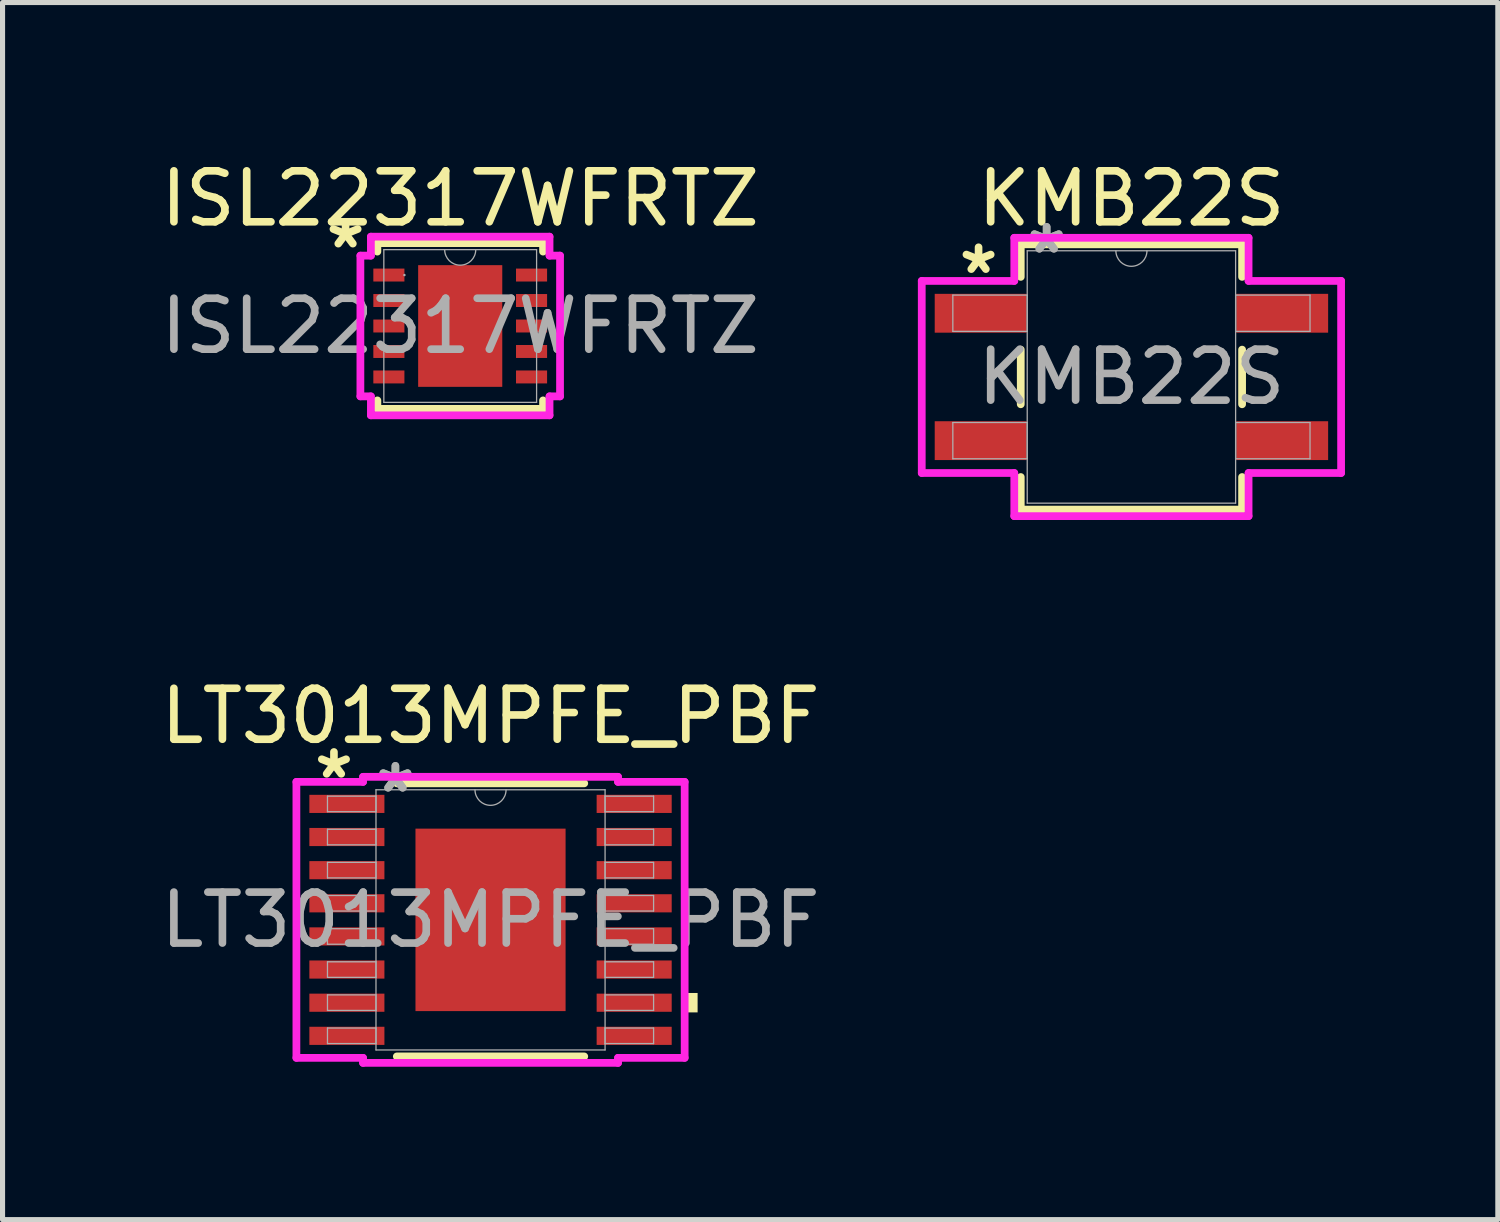
<source format=kicad_pcb>
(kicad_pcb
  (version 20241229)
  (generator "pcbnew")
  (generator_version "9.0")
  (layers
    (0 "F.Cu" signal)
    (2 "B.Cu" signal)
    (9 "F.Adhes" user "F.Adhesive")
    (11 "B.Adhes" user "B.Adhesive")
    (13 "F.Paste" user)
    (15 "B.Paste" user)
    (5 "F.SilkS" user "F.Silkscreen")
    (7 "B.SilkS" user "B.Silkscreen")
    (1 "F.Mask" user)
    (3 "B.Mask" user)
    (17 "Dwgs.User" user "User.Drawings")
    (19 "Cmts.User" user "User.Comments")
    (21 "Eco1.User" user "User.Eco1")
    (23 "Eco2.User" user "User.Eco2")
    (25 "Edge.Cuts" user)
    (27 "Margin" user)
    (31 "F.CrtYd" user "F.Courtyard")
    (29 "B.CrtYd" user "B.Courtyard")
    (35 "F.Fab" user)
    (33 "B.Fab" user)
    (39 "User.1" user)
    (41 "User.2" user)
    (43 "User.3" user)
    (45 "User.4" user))
  (footprint "KMB22S"
    (layer "F.Cu")
    (at 19.155 4.348)
    (property "Reference" "KMB22S" (at 0 -3.5 0) (unlocked yes) (layer "F.SilkS") (effects (font (size 1 1) (thickness 0.15))))
    (attr smd)
    (fp_line (start -2.172 -2.603) (end -2.172 -1.964) (stroke (width 0.152) (type solid)) (layer "F.SilkS"))
    (fp_line (start -2.172 -0.536) (end -2.172 0.536) (stroke (width 0.152) (type solid)) (layer "F.SilkS"))
    (fp_line (start -2.172 1.964) (end -2.172 2.603) (stroke (width 0.152) (type solid)) (layer "F.SilkS"))
    (fp_line (start -2.172 2.603) (end 2.172 2.603) (stroke (width 0.152) (type solid)) (layer "F.SilkS"))
    (fp_line (start 2.172 -2.603) (end -2.172 -2.603) (stroke (width 0.152) (type solid)) (layer "F.SilkS"))
    (fp_line (start 2.172 -1.964) (end 2.172 -2.603) (stroke (width 0.152) (type solid)) (layer "F.SilkS"))
    (fp_line (start 2.172 0.536) (end 2.172 -0.536) (stroke (width 0.152) (type solid)) (layer "F.SilkS"))
    (fp_line (start 2.172 2.603) (end 2.172 1.964) (stroke (width 0.152) (type solid)) (layer "F.SilkS"))
    (fp_line (start -4.115 -1.885) (end -2.299 -1.885) (stroke (width 0.152) (type solid)) (layer "F.CrtYd"))
    (fp_line (start -4.115 1.885) (end -4.115 -1.885) (stroke (width 0.152) (type solid)) (layer "F.CrtYd"))
    (fp_line (start -4.115 1.885) (end -2.299 1.885) (stroke (width 0.152) (type solid)) (layer "F.CrtYd"))
    (fp_line (start -2.299 -2.731) (end 2.299 -2.731) (stroke (width 0.152) (type solid)) (layer "F.CrtYd"))
    (fp_line (start -2.299 -1.885) (end -2.299 -2.731) (stroke (width 0.152) (type solid)) (layer "F.CrtYd"))
    (fp_line (start -2.299 2.731) (end -2.299 1.885) (stroke (width 0.152) (type solid)) (layer "F.CrtYd"))
    (fp_line (start 2.299 -2.731) (end 2.299 -1.885) (stroke (width 0.152) (type solid)) (layer "F.CrtYd"))
    (fp_line (start 2.299 1.885) (end 2.299 2.731) (stroke (width 0.152) (type solid)) (layer "F.CrtYd"))
    (fp_line (start 2.299 2.731) (end -2.299 2.731) (stroke (width 0.152) (type solid)) (layer "F.CrtYd"))
    (fp_line (start 4.115 -1.885) (end 2.299 -1.885) (stroke (width 0.152) (type solid)) (layer "F.CrtYd"))
    (fp_line (start 4.115 -1.885) (end 4.115 1.885) (stroke (width 0.152) (type solid)) (layer "F.CrtYd"))
    (fp_line (start 4.115 1.885) (end 2.299 1.885) (stroke (width 0.152) (type solid)) (layer "F.CrtYd"))
    (fp_line (start -3.505 -1.606) (end -3.505 -0.894) (stroke (width 0.025) (type solid)) (layer "F.Fab"))
    (fp_line (start -3.505 -0.894) (end -2.045 -0.894) (stroke (width 0.025) (type solid)) (layer "F.Fab"))
    (fp_line (start -3.505 0.894) (end -3.505 1.606) (stroke (width 0.025) (type solid)) (layer "F.Fab"))
    (fp_line (start -3.505 1.606) (end -2.045 1.606) (stroke (width 0.025) (type solid)) (layer "F.Fab"))
    (fp_line (start -2.045 -2.477) (end -2.045 2.477) (stroke (width 0.025) (type solid)) (layer "F.Fab"))
    (fp_line (start -2.045 -1.606) (end -3.505 -1.606) (stroke (width 0.025) (type solid)) (layer "F.Fab"))
    (fp_line (start -2.045 -0.894) (end -2.045 -1.606) (stroke (width 0.025) (type solid)) (layer "F.Fab"))
    (fp_line (start -2.045 0.894) (end -3.505 0.894) (stroke (width 0.025) (type solid)) (layer "F.Fab"))
    (fp_line (start -2.045 1.606) (end -2.045 0.894) (stroke (width 0.025) (type solid)) (layer "F.Fab"))
    (fp_line (start -2.045 2.477) (end 2.045 2.477) (stroke (width 0.025) (type solid)) (layer "F.Fab"))
    (fp_line (start 2.045 -2.477) (end -2.045 -2.477) (stroke (width 0.025) (type solid)) (layer "F.Fab"))
    (fp_line (start 2.045 -1.606) (end 2.045 -0.894) (stroke (width 0.025) (type solid)) (layer "F.Fab"))
    (fp_line (start 2.045 -0.894) (end 3.505 -0.894) (stroke (width 0.025) (type solid)) (layer "F.Fab"))
    (fp_line (start 2.045 0.894) (end 2.045 1.606) (stroke (width 0.025) (type solid)) (layer "F.Fab"))
    (fp_line (start 2.045 1.606) (end 3.505 1.606) (stroke (width 0.025) (type solid)) (layer "F.Fab"))
    (fp_line (start 2.045 2.477) (end 2.045 -2.477) (stroke (width 0.025) (type solid)) (layer "F.Fab"))
    (fp_line (start 3.505 -1.606) (end 2.045 -1.606) (stroke (width 0.025) (type solid)) (layer "F.Fab"))
    (fp_line (start 3.505 -0.894) (end 3.505 -1.606) (stroke (width 0.025) (type solid)) (layer "F.Fab"))
    (fp_line (start 3.505 0.894) (end 2.045 0.894) (stroke (width 0.025) (type solid)) (layer "F.Fab"))
    (fp_line (start 3.505 1.606) (end 3.505 0.894) (stroke (width 0.025) (type solid)) (layer "F.Fab"))
    (fp_arc (start 0.3048 -2.4765) (mid 0 -2.1717) (end -0.3048 -2.4765) (stroke (width 0.0254) (type solid)) (layer "F.Fab"))
    (fp_text user "*" (at -3 -2 0) (unlocked yes) (layer "F.SilkS") (effects (font (size 1 1) (thickness 0.15))))
    (fp_text user "${REFERENCE}" (at 0 0 0) (unlocked yes) (layer "F.Fab") (effects (font (size 1 1) (thickness 0.15))))
    (fp_text user "*" (at -1.664 -2.4 0) (layer "F.Fab") (effects (font (size 1 1) (thickness 0.15))))
    (fp_text user "*" (at -1.664 -2.4 0) (unlocked yes) (layer "F.Fab") (effects (font (size 1 1) (thickness 0.15))))
    (pad "1" smd rect (at -2.959 -1.25) (size 1.803 0.762) (layers "F.Cu" "F.Mask" "F.Paste"))
    (pad "2" smd rect (at -2.959 1.25) (size 1.803 0.762) (layers "F.Cu" "F.Mask" "F.Paste"))
    (pad "3" smd rect (at 2.959 1.25) (size 1.803 0.762) (layers "F.Cu" "F.Mask" "F.Paste"))
    (pad "4" smd rect (at 2.959 -1.25) (size 1.803 0.762) (layers "F.Cu" "F.Mask" "F.Paste")))
  (footprint "LT3013MPFE_PBF"
    (layer "F.Cu")
    (at 6.577 15.003)
    (property "Reference" "LT3013MPFE_PBF" (at 0 -4 0) (unlocked yes) (layer "F.SilkS") (effects (font (size 1 1) (thickness 0.15))))
    (attr smd)
    (fp_line (start -1.839 2.68) (end 1.839 2.68) (stroke (width 0.152) (type solid)) (layer "F.SilkS"))
    (fp_line (start 1.839 -2.68) (end -1.839 -2.68) (stroke (width 0.152) (type solid)) (layer "F.SilkS"))
    (fp_poly (pts (xy 4.064 1.435) (xy 4.064 1.816) (xy 3.81 1.816) (xy 3.81 1.435)) (stroke (width 0) (type solid)) (fill yes) (layer "F.SilkS"))
    (fp_poly (pts (xy -1.373 -1.691) (xy -1.373 -0.1) (xy -0.1 -0.1) (xy -0.1 -1.691)) (stroke (width 0) (type solid)) (fill yes) (layer "F.Paste"))
    (fp_poly (pts (xy -1.373 0.1) (xy -1.373 1.691) (xy -0.1 1.691) (xy -0.1 0.1)) (stroke (width 0) (type solid)) (fill yes) (layer "F.Paste"))
    (fp_poly (pts (xy 0.1 -1.691) (xy 0.1 -0.1) (xy 1.373 -0.1) (xy 1.373 -1.691)) (stroke (width 0) (type solid)) (fill yes) (layer "F.Paste"))
    (fp_poly (pts (xy 0.1 0.1) (xy 0.1 1.691) (xy 1.373 1.691) (xy 1.373 0.1)) (stroke (width 0) (type solid)) (fill yes) (layer "F.Paste"))
    (fp_line (start -3.81 -2.708) (end -2.502 -2.708) (stroke (width 0.152) (type solid)) (layer "F.CrtYd"))
    (fp_line (start -3.81 2.708) (end -3.81 -2.708) (stroke (width 0.152) (type solid)) (layer "F.CrtYd"))
    (fp_line (start -3.81 2.708) (end -2.502 2.708) (stroke (width 0.152) (type solid)) (layer "F.CrtYd"))
    (fp_line (start -2.502 -2.807) (end 2.502 -2.807) (stroke (width 0.152) (type solid)) (layer "F.CrtYd"))
    (fp_line (start -2.502 -2.708) (end -2.502 -2.807) (stroke (width 0.152) (type solid)) (layer "F.CrtYd"))
    (fp_line (start -2.502 2.807) (end -2.502 2.708) (stroke (width 0.152) (type solid)) (layer "F.CrtYd"))
    (fp_line (start 2.502 -2.807) (end 2.502 -2.708) (stroke (width 0.152) (type solid)) (layer "F.CrtYd"))
    (fp_line (start 2.502 2.708) (end 2.502 2.807) (stroke (width 0.152) (type solid)) (layer "F.CrtYd"))
    (fp_line (start 2.502 2.807) (end -2.502 2.807) (stroke (width 0.152) (type solid)) (layer "F.CrtYd"))
    (fp_line (start 3.81 -2.708) (end 2.502 -2.708) (stroke (width 0.152) (type solid)) (layer "F.CrtYd"))
    (fp_line (start 3.81 -2.708) (end 3.81 2.708) (stroke (width 0.152) (type solid)) (layer "F.CrtYd"))
    (fp_line (start 3.81 2.708) (end 2.502 2.708) (stroke (width 0.152) (type solid)) (layer "F.CrtYd"))
    (fp_line (start -3.2 -2.428) (end -3.2 -2.123) (stroke (width 0.025) (type solid)) (layer "F.Fab"))
    (fp_line (start -3.2 -2.123) (end -2.248 -2.123) (stroke (width 0.025) (type solid)) (layer "F.Fab"))
    (fp_line (start -3.2 -1.778) (end -3.2 -1.473) (stroke (width 0.025) (type solid)) (layer "F.Fab"))
    (fp_line (start -3.2 -1.473) (end -2.248 -1.473) (stroke (width 0.025) (type solid)) (layer "F.Fab"))
    (fp_line (start -3.2 -1.128) (end -3.2 -0.823) (stroke (width 0.025) (type solid)) (layer "F.Fab"))
    (fp_line (start -3.2 -0.823) (end -2.248 -0.823) (stroke (width 0.025) (type solid)) (layer "F.Fab"))
    (fp_line (start -3.2 -0.478) (end -3.2 -0.173) (stroke (width 0.025) (type solid)) (layer "F.Fab"))
    (fp_line (start -3.2 -0.173) (end -2.248 -0.173) (stroke (width 0.025) (type solid)) (layer "F.Fab"))
    (fp_line (start -3.2 0.173) (end -3.2 0.478) (stroke (width 0.025) (type solid)) (layer "F.Fab"))
    (fp_line (start -3.2 0.478) (end -2.248 0.478) (stroke (width 0.025) (type solid)) (layer "F.Fab"))
    (fp_line (start -3.2 0.823) (end -3.2 1.128) (stroke (width 0.025) (type solid)) (layer "F.Fab"))
    (fp_line (start -3.2 1.128) (end -2.248 1.128) (stroke (width 0.025) (type solid)) (layer "F.Fab"))
    (fp_line (start -3.2 1.473) (end -3.2 1.778) (stroke (width 0.025) (type solid)) (layer "F.Fab"))
    (fp_line (start -3.2 1.778) (end -2.248 1.778) (stroke (width 0.025) (type solid)) (layer "F.Fab"))
    (fp_line (start -3.2 2.123) (end -3.2 2.428) (stroke (width 0.025) (type solid)) (layer "F.Fab"))
    (fp_line (start -3.2 2.428) (end -2.248 2.428) (stroke (width 0.025) (type solid)) (layer "F.Fab"))
    (fp_line (start -2.248 -2.553) (end -2.248 2.553) (stroke (width 0.025) (type solid)) (layer "F.Fab"))
    (fp_line (start -2.248 -2.428) (end -3.2 -2.428) (stroke (width 0.025) (type solid)) (layer "F.Fab"))
    (fp_line (start -2.248 -2.123) (end -2.248 -2.428) (stroke (width 0.025) (type solid)) (layer "F.Fab"))
    (fp_line (start -2.248 -1.778) (end -3.2 -1.778) (stroke (width 0.025) (type solid)) (layer "F.Fab"))
    (fp_line (start -2.248 -1.473) (end -2.248 -1.778) (stroke (width 0.025) (type solid)) (layer "F.Fab"))
    (fp_line (start -2.248 -1.128) (end -3.2 -1.128) (stroke (width 0.025) (type solid)) (layer "F.Fab"))
    (fp_line (start -2.248 -0.823) (end -2.248 -1.128) (stroke (width 0.025) (type solid)) (layer "F.Fab"))
    (fp_line (start -2.248 -0.478) (end -3.2 -0.478) (stroke (width 0.025) (type solid)) (layer "F.Fab"))
    (fp_line (start -2.248 -0.173) (end -2.248 -0.478) (stroke (width 0.025) (type solid)) (layer "F.Fab"))
    (fp_line (start -2.248 0.173) (end -3.2 0.173) (stroke (width 0.025) (type solid)) (layer "F.Fab"))
    (fp_line (start -2.248 0.478) (end -2.248 0.173) (stroke (width 0.025) (type solid)) (layer "F.Fab"))
    (fp_line (start -2.248 0.823) (end -3.2 0.823) (stroke (width 0.025) (type solid)) (layer "F.Fab"))
    (fp_line (start -2.248 1.128) (end -2.248 0.823) (stroke (width 0.025) (type solid)) (layer "F.Fab"))
    (fp_line (start -2.248 1.473) (end -3.2 1.473) (stroke (width 0.025) (type solid)) (layer "F.Fab"))
    (fp_line (start -2.248 1.778) (end -2.248 1.473) (stroke (width 0.025) (type solid)) (layer "F.Fab"))
    (fp_line (start -2.248 2.123) (end -3.2 2.123) (stroke (width 0.025) (type solid)) (layer "F.Fab"))
    (fp_line (start -2.248 2.428) (end -2.248 2.123) (stroke (width 0.025) (type solid)) (layer "F.Fab"))
    (fp_line (start -2.248 2.553) (end 2.248 2.553) (stroke (width 0.025) (type solid)) (layer "F.Fab"))
    (fp_line (start 2.248 -2.553) (end -2.248 -2.553) (stroke (width 0.025) (type solid)) (layer "F.Fab"))
    (fp_line (start 2.248 -2.428) (end 2.248 -2.123) (stroke (width 0.025) (type solid)) (layer "F.Fab"))
    (fp_line (start 2.248 -2.123) (end 3.2 -2.123) (stroke (width 0.025) (type solid)) (layer "F.Fab"))
    (fp_line (start 2.248 -1.778) (end 2.248 -1.473) (stroke (width 0.025) (type solid)) (layer "F.Fab"))
    (fp_line (start 2.248 -1.473) (end 3.2 -1.473) (stroke (width 0.025) (type solid)) (layer "F.Fab"))
    (fp_line (start 2.248 -1.128) (end 2.248 -0.823) (stroke (width 0.025) (type solid)) (layer "F.Fab"))
    (fp_line (start 2.248 -0.823) (end 3.2 -0.823) (stroke (width 0.025) (type solid)) (layer "F.Fab"))
    (fp_line (start 2.248 -0.478) (end 2.248 -0.173) (stroke (width 0.025) (type solid)) (layer "F.Fab"))
    (fp_line (start 2.248 -0.173) (end 3.2 -0.173) (stroke (width 0.025) (type solid)) (layer "F.Fab"))
    (fp_line (start 2.248 0.173) (end 2.248 0.478) (stroke (width 0.025) (type solid)) (layer "F.Fab"))
    (fp_line (start 2.248 0.478) (end 3.2 0.478) (stroke (width 0.025) (type solid)) (layer "F.Fab"))
    (fp_line (start 2.248 0.823) (end 2.248 1.128) (stroke (width 0.025) (type solid)) (layer "F.Fab"))
    (fp_line (start 2.248 1.128) (end 3.2 1.128) (stroke (width 0.025) (type solid)) (layer "F.Fab"))
    (fp_line (start 2.248 1.473) (end 2.248 1.778) (stroke (width 0.025) (type solid)) (layer "F.Fab"))
    (fp_line (start 2.248 1.778) (end 3.2 1.778) (stroke (width 0.025) (type solid)) (layer "F.Fab"))
    (fp_line (start 2.248 2.123) (end 2.248 2.428) (stroke (width 0.025) (type solid)) (layer "F.Fab"))
    (fp_line (start 2.248 2.428) (end 3.2 2.428) (stroke (width 0.025) (type solid)) (layer "F.Fab"))
    (fp_line (start 2.248 2.553) (end 2.248 -2.553) (stroke (width 0.025) (type solid)) (layer "F.Fab"))
    (fp_line (start 3.2 -2.428) (end 2.248 -2.428) (stroke (width 0.025) (type solid)) (layer "F.Fab"))
    (fp_line (start 3.2 -2.123) (end 3.2 -2.428) (stroke (width 0.025) (type solid)) (layer "F.Fab"))
    (fp_line (start 3.2 -1.778) (end 2.248 -1.778) (stroke (width 0.025) (type solid)) (layer "F.Fab"))
    (fp_line (start 3.2 -1.473) (end 3.2 -1.778) (stroke (width 0.025) (type solid)) (layer "F.Fab"))
    (fp_line (start 3.2 -1.128) (end 2.248 -1.128) (stroke (width 0.025) (type solid)) (layer "F.Fab"))
    (fp_line (start 3.2 -0.823) (end 3.2 -1.128) (stroke (width 0.025) (type solid)) (layer "F.Fab"))
    (fp_line (start 3.2 -0.478) (end 2.248 -0.478) (stroke (width 0.025) (type solid)) (layer "F.Fab"))
    (fp_line (start 3.2 -0.173) (end 3.2 -0.478) (stroke (width 0.025) (type solid)) (layer "F.Fab"))
    (fp_line (start 3.2 0.173) (end 2.248 0.173) (stroke (width 0.025) (type solid)) (layer "F.Fab"))
    (fp_line (start 3.2 0.478) (end 3.2 0.173) (stroke (width 0.025) (type solid)) (layer "F.Fab"))
    (fp_line (start 3.2 0.823) (end 2.248 0.823) (stroke (width 0.025) (type solid)) (layer "F.Fab"))
    (fp_line (start 3.2 1.128) (end 3.2 0.823) (stroke (width 0.025) (type solid)) (layer "F.Fab"))
    (fp_line (start 3.2 1.473) (end 2.248 1.473) (stroke (width 0.025) (type solid)) (layer "F.Fab"))
    (fp_line (start 3.2 1.778) (end 3.2 1.473) (stroke (width 0.025) (type solid)) (layer "F.Fab"))
    (fp_line (start 3.2 2.123) (end 2.248 2.123) (stroke (width 0.025) (type solid)) (layer "F.Fab"))
    (fp_line (start 3.2 2.428) (end 3.2 2.123) (stroke (width 0.025) (type solid)) (layer "F.Fab"))
    (fp_arc (start 0.3048 -2.5527) (mid 0 -2.2479) (end -0.3048 -2.5527) (stroke (width 0.0254) (type solid)) (layer "F.Fab"))
    (fp_text user "*" (at -3.073 -2.75 0) (unlocked yes) (layer "F.SilkS") (effects (font (size 1 1) (thickness 0.15))))
    (fp_text user "*" (at -1.867 -2.477 0) (unlocked yes) (layer "F.Fab") (effects (font (size 1 1) (thickness 0.15))))
    (fp_text user "${REFERENCE}" (at 0 0 0) (unlocked yes) (layer "F.Fab") (effects (font (size 1 1) (thickness 0.15))))
    (fp_text user "*" (at -1.867 -2.477 0) (layer "F.Fab") (effects (font (size 1 1) (thickness 0.15))))
    (pad "1" smd rect (at -2.819 -2.276) (size 1.473 0.356) (layers "F.Cu" "F.Mask" "F.Paste"))
    (pad "2" smd rect (at -2.819 -1.626) (size 1.473 0.356) (layers "F.Cu" "F.Mask" "F.Paste"))
    (pad "3" smd rect (at -2.819 -0.975) (size 1.473 0.356) (layers "F.Cu" "F.Mask" "F.Paste"))
    (pad "4" smd rect (at -2.819 -0.325) (size 1.473 0.356) (layers "F.Cu" "F.Mask" "F.Paste"))
    (pad "5" smd rect (at -2.819 0.325) (size 1.473 0.356) (layers "F.Cu" "F.Mask" "F.Paste"))
    (pad "6" smd rect (at -2.819 0.975) (size 1.473 0.356) (layers "F.Cu" "F.Mask" "F.Paste"))
    (pad "7" smd rect (at -2.819 1.626) (size 1.473 0.356) (layers "F.Cu" "F.Mask" "F.Paste"))
    (pad "8" smd rect (at -2.819 2.276) (size 1.473 0.356) (layers "F.Cu" "F.Mask" "F.Paste"))
    (pad "9" smd rect (at 2.819 2.276) (size 1.473 0.356) (layers "F.Cu" "F.Mask" "F.Paste"))
    (pad "10" smd rect (at 2.819 1.626) (size 1.473 0.356) (layers "F.Cu" "F.Mask" "F.Paste"))
    (pad "11" smd rect (at 2.819 0.975) (size 1.473 0.356) (layers "F.Cu" "F.Mask" "F.Paste"))
    (pad "12" smd rect (at 2.819 0.325) (size 1.473 0.356) (layers "F.Cu" "F.Mask" "F.Paste"))
    (pad "13" smd rect (at 2.819 -0.325) (size 1.473 0.356) (layers "F.Cu" "F.Mask" "F.Paste"))
    (pad "14" smd rect (at 2.819 -0.975) (size 1.473 0.356) (layers "F.Cu" "F.Mask" "F.Paste"))
    (pad "15" smd rect (at 2.819 -1.626) (size 1.473 0.356) (layers "F.Cu" "F.Mask" "F.Paste"))
    (pad "16" smd rect (at 2.819 -2.276) (size 1.473 0.356) (layers "F.Cu" "F.Mask" "F.Paste"))
    (pad "EPAD" smd rect (at 0 0) (size 2.946 3.581) (layers "F.Cu" "F.Mask")))
  (footprint "ISL22317WFRTZ"
    (layer "F.Cu")
    (at 5.982 3.348)
    (property "Reference" "ISL22317WFRTZ" (at 0 -2.5 0) (unlocked yes) (layer "F.SilkS") (effects (font (size 1 1) (thickness 0.15))))
    (attr smd)
    (fp_line (start -1.626 -1.626) (end -1.626 -1.46) (stroke (width 0.152) (type solid)) (layer "F.SilkS"))
    (fp_line (start -1.626 1.46) (end -1.626 1.626) (stroke (width 0.152) (type solid)) (layer "F.SilkS"))
    (fp_line (start -1.626 1.626) (end 1.626 1.626) (stroke (width 0.152) (type solid)) (layer "F.SilkS"))
    (fp_line (start 1.626 -1.626) (end -1.626 -1.626) (stroke (width 0.152) (type solid)) (layer "F.SilkS"))
    (fp_line (start 1.626 -1.46) (end 1.626 -1.626) (stroke (width 0.152) (type solid)) (layer "F.SilkS"))
    (fp_line (start 1.626 1.626) (end 1.626 1.46) (stroke (width 0.152) (type solid)) (layer "F.SilkS"))
    (fp_line (start -1.959 -1.381) (end -1.753 -1.381) (stroke (width 0.152) (type solid)) (layer "F.CrtYd"))
    (fp_line (start -1.959 1.381) (end -1.959 -1.381) (stroke (width 0.152) (type solid)) (layer "F.CrtYd"))
    (fp_line (start -1.959 1.381) (end -1.753 1.381) (stroke (width 0.152) (type solid)) (layer "F.CrtYd"))
    (fp_line (start -1.753 -1.753) (end 1.753 -1.753) (stroke (width 0.152) (type solid)) (layer "F.CrtYd"))
    (fp_line (start -1.753 -1.381) (end -1.753 -1.753) (stroke (width 0.152) (type solid)) (layer "F.CrtYd"))
    (fp_line (start -1.753 1.753) (end -1.753 1.381) (stroke (width 0.152) (type solid)) (layer "F.CrtYd"))
    (fp_line (start 1.753 -1.753) (end 1.753 -1.381) (stroke (width 0.152) (type solid)) (layer "F.CrtYd"))
    (fp_line (start 1.753 1.381) (end 1.753 1.753) (stroke (width 0.152) (type solid)) (layer "F.CrtYd"))
    (fp_line (start 1.753 1.753) (end -1.753 1.753) (stroke (width 0.152) (type solid)) (layer "F.CrtYd"))
    (fp_line (start 1.959 -1.381) (end 1.753 -1.381) (stroke (width 0.152) (type solid)) (layer "F.CrtYd"))
    (fp_line (start 1.959 -1.381) (end 1.959 1.381) (stroke (width 0.152) (type solid)) (layer "F.CrtYd"))
    (fp_line (start 1.959 1.381) (end 1.753 1.381) (stroke (width 0.152) (type solid)) (layer "F.CrtYd"))
    (fp_line (start -1.499 -1.499) (end -1.499 1.499) (stroke (width 0.025) (type solid)) (layer "F.Fab"))
    (fp_line (start -1.499 1.499) (end 1.499 1.499) (stroke (width 0.025) (type solid)) (layer "F.Fab"))
    (fp_line (start 1.499 -1.499) (end -1.499 -1.499) (stroke (width 0.025) (type solid)) (layer "F.Fab"))
    (fp_line (start 1.499 1.499) (end 1.499 -1.499) (stroke (width 0.025) (type solid)) (layer "F.Fab"))
    (fp_arc (start 0.3048 -1.4986) (mid 0 -1.1938) (end -0.3048 -1.4986) (stroke (width 0.0254) (type solid)) (layer "F.Fab"))
    (fp_circle (center -1.095 -1) (end -1.095 -1) (stroke (width 0.025) (type solid)) (fill no) (layer "F.Fab"))
    (fp_text user "*" (at -2.25 -1.5 0) (unlocked yes) (layer "F.SilkS") (effects (font (size 1 1) (thickness 0.15))))
    (fp_text user "${REFERENCE}" (at 0 0 0) (unlocked yes) (layer "F.Fab") (effects (font (size 1 1) (thickness 0.15))))
    (pad "1" smd rect (at -1.4 -1) (size 0.61 0.254) (layers "F.Cu" "F.Mask" "F.Paste"))
    (pad "2" smd rect (at -1.4 -0.5) (size 0.61 0.254) (layers "F.Cu" "F.Mask" "F.Paste"))
    (pad "3" smd rect (at -1.4 0) (size 0.61 0.254) (layers "F.Cu" "F.Mask" "F.Paste"))
    (pad "4" smd rect (at -1.4 0.5) (size 0.61 0.254) (layers "F.Cu" "F.Mask" "F.Paste"))
    (pad "5" smd rect (at -1.4 1) (size 0.61 0.254) (layers "F.Cu" "F.Mask" "F.Paste"))
    (pad "6" smd rect (at 1.4 1) (size 0.61 0.254) (layers "F.Cu" "F.Mask" "F.Paste"))
    (pad "7" smd rect (at 1.4 0.5) (size 0.61 0.254) (layers "F.Cu" "F.Mask" "F.Paste"))
    (pad "8" smd rect (at 1.4 0) (size 0.61 0.254) (layers "F.Cu" "F.Mask" "F.Paste"))
    (pad "9" smd rect (at 1.4 -0.5) (size 0.61 0.254) (layers "F.Cu" "F.Mask" "F.Paste"))
    (pad "10" smd rect (at 1.4 -1) (size 0.61 0.254) (layers "F.Cu" "F.Mask" "F.Paste"))
    (pad "11" smd rect (at 0 0) (size 1.651 2.388) (layers "F.Cu" "F.Mask")))
  (gr_rect
    (start -3 -3)
    (end 26.346 20.886)
    (stroke (width 0.1) (type default))
    (fill no)
    (layer "Edge.Cuts")))
</source>
